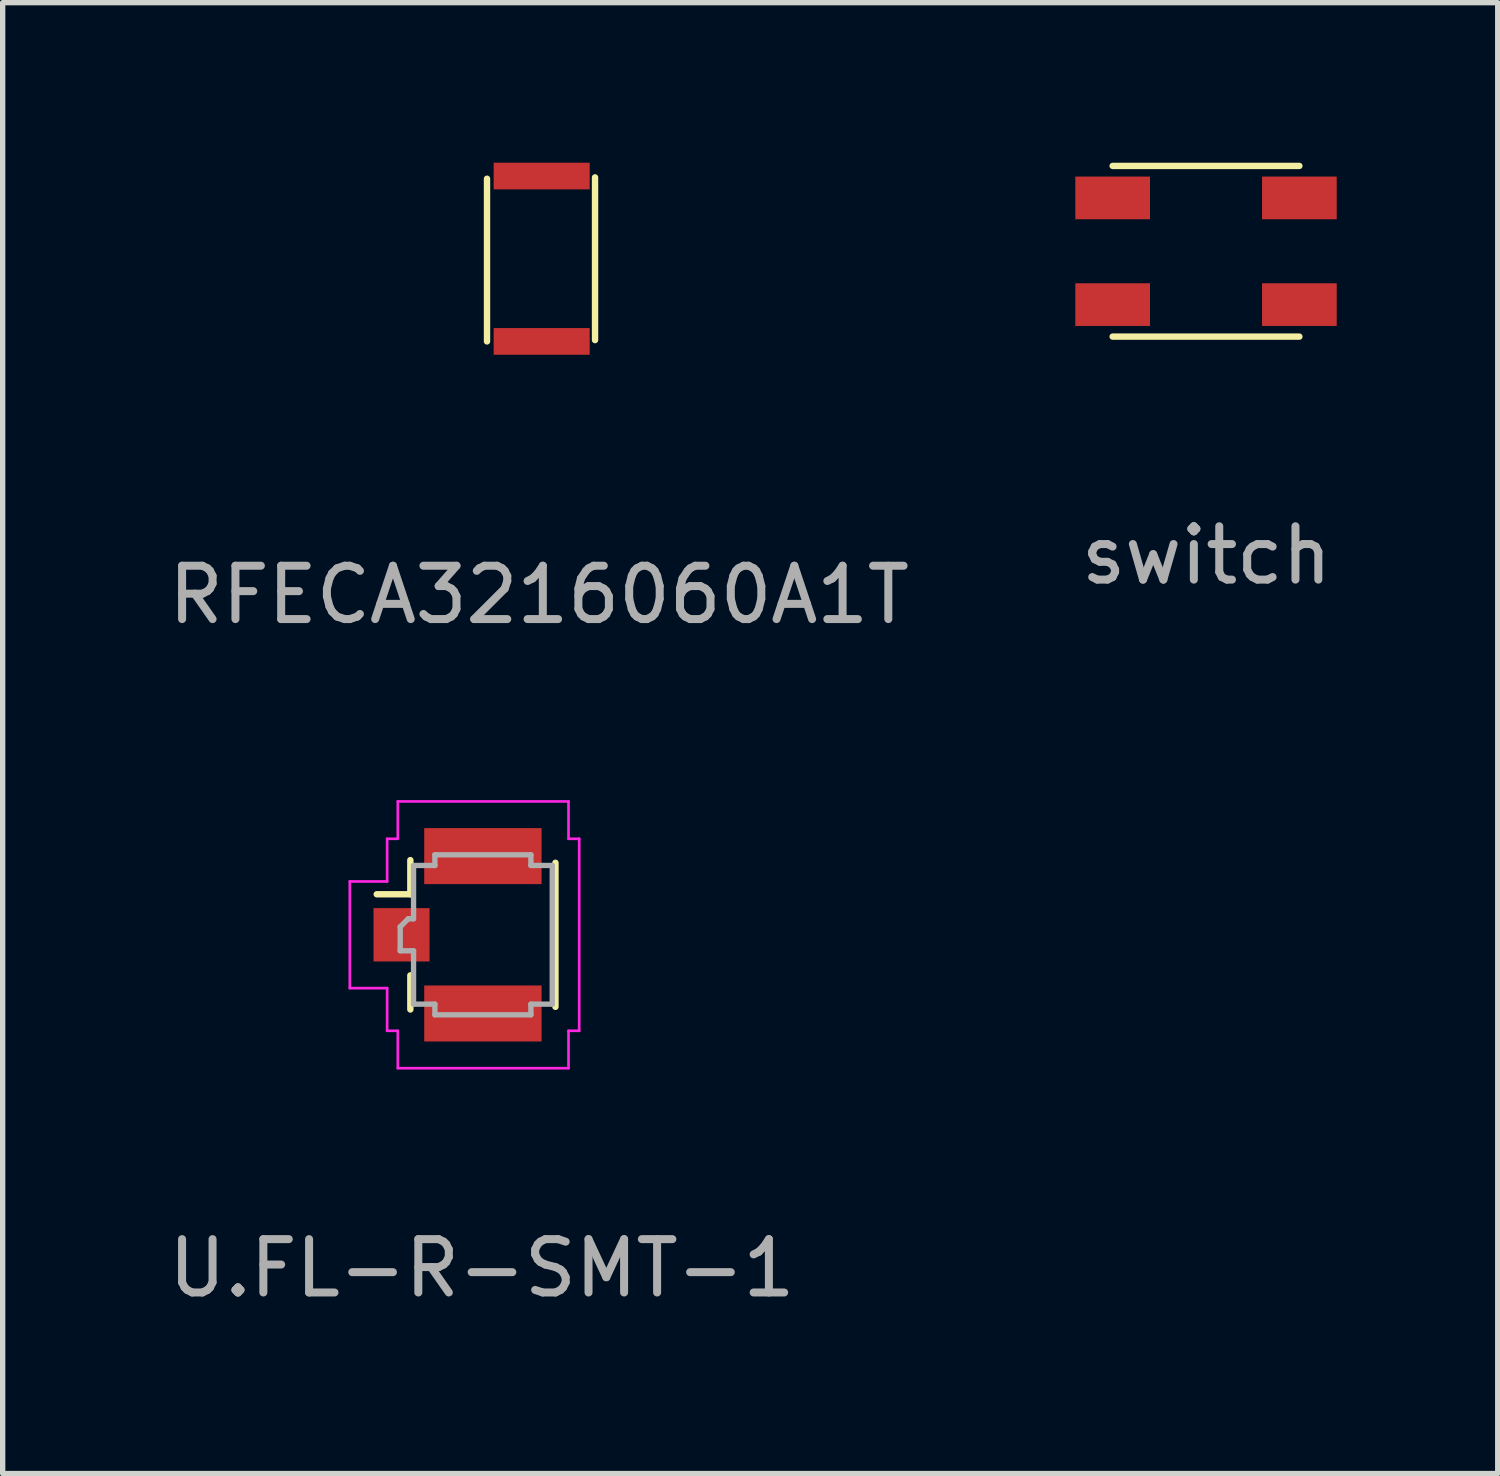
<source format=kicad_pcb>
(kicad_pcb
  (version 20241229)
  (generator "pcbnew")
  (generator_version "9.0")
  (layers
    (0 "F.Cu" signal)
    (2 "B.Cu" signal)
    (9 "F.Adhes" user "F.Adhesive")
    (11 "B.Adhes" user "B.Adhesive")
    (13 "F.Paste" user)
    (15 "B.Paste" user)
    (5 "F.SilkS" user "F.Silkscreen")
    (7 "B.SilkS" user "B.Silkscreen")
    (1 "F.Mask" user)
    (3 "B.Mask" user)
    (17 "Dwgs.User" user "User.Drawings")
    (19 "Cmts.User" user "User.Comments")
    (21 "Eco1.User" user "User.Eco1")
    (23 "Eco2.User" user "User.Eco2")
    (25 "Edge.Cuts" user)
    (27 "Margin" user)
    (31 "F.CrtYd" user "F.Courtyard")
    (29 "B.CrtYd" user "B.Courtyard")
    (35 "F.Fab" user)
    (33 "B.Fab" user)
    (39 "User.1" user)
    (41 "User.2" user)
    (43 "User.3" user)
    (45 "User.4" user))
  (footprint "RFECA3216060A1T"
    (layer "F.Cu")
    (at 7.104 1.8)
    (property "Reference" "RFECA3216060A1T" (at -0.05 3.3 0) (unlocked yes) (layer "User.1") (effects (font (size 1 1) (thickness 0.15))))
    (fp_line (start -1.025 -1.5) (end -1.025 1.55) (stroke (width 0.12) (type solid)) (layer "F.SilkS"))
    (fp_line (start 1 -1.525) (end 1 1.525) (stroke (width 0.12) (type solid)) (layer "F.SilkS"))
    (fp_text user "${REFERENCE}" (at -0.05 6.3 0) (unlocked yes) (layer "F.Fab") (effects (font (size 1 1) (thickness 0.15))))
    (pad "1" smd rect (at 0 1.55) (size 1.8 0.5) (layers "F.Cu" "F.Mask" "F.Paste"))
    (pad "2" smd rect (at 0 -1.55) (size 1.8 0.5) (layers "F.Cu" "F.Mask" "F.Paste")))
  (footprint "U.FL-R-SMT-1"
    (layer "F.Cu")
    (at 6.007 14.648)
    (property "Reference" "U.FL-R-SMT-1" (at 0 3.35 0) (unlocked yes) (layer "User.1") (effects (font (size 1 1) (thickness 0.15))))
    (fp_line (start -1.365 -1.575) (end -1.365 -0.935) (stroke (width 0.12) (type solid)) (layer "F.SilkS"))
    (fp_line (start -1.365 -0.935) (end -1.995 -0.935) (stroke (width 0.12) (type solid)) (layer "F.SilkS"))
    (fp_line (start -1.365 1.225) (end -1.365 0.585) (stroke (width 0.12) (type solid)) (layer "F.SilkS"))
    (fp_line (start 1.355 -1.525) (end 1.355 1.175) (stroke (width 0.12) (type solid)) (layer "F.SilkS"))
    (fp_line (start -2.5 0.825) (end -2.5 -1.175) (stroke (width 0.05) (type solid)) (layer "F.CrtYd"))
    (fp_line (start -1.8 -1.975) (end -1.6 -1.975) (stroke (width 0.05) (type solid)) (layer "F.CrtYd"))
    (fp_line (start -1.8 -1.175) (end -2.5 -1.175) (stroke (width 0.05) (type solid)) (layer "F.CrtYd"))
    (fp_line (start -1.8 -1.175) (end -1.8 -1.975) (stroke (width 0.05) (type solid)) (layer "F.CrtYd"))
    (fp_line (start -1.8 0.825) (end -2.5 0.825) (stroke (width 0.05) (type solid)) (layer "F.CrtYd"))
    (fp_line (start -1.8 1.625) (end -1.8 0.825) (stroke (width 0.05) (type solid)) (layer "F.CrtYd"))
    (fp_line (start -1.8 1.625) (end -1.6 1.625) (stroke (width 0.05) (type solid)) (layer "F.CrtYd"))
    (fp_line (start -1.6 -1.975) (end -1.6 -2.675) (stroke (width 0.05) (type solid)) (layer "F.CrtYd"))
    (fp_line (start -1.6 2.325) (end -1.6 1.625) (stroke (width 0.05) (type solid)) (layer "F.CrtYd"))
    (fp_line (start 1.6 -2.675) (end -1.6 -2.675) (stroke (width 0.05) (type solid)) (layer "F.CrtYd"))
    (fp_line (start 1.6 -1.975) (end 1.6 -2.675) (stroke (width 0.05) (type solid)) (layer "F.CrtYd"))
    (fp_line (start 1.6 -1.975) (end 1.8 -1.975) (stroke (width 0.05) (type solid)) (layer "F.CrtYd"))
    (fp_line (start 1.6 1.625) (end 1.8 1.625) (stroke (width 0.05) (type solid)) (layer "F.CrtYd"))
    (fp_line (start 1.6 2.325) (end -1.6 2.325) (stroke (width 0.05) (type solid)) (layer "F.CrtYd"))
    (fp_line (start 1.6 2.325) (end 1.6 1.625) (stroke (width 0.05) (type solid)) (layer "F.CrtYd"))
    (fp_line (start 1.8 1.625) (end 1.8 -1.975) (stroke (width 0.05) (type solid)) (layer "F.CrtYd"))
    (fp_line (start -1.555 0.125) (end -1.555 -0.325) (stroke (width 0.1) (type solid)) (layer "F.Fab"))
    (fp_line (start -1.555 0.125) (end -1.305 0.125) (stroke (width 0.1) (type solid)) (layer "F.Fab"))
    (fp_line (start -1.405 -0.475) (end -1.555 -0.325) (stroke (width 0.1) (type solid)) (layer "F.Fab"))
    (fp_line (start -1.405 -0.475) (end -1.305 -0.475) (stroke (width 0.1) (type solid)) (layer "F.Fab"))
    (fp_line (start -1.305 -0.475) (end -1.305 -1.475) (stroke (width 0.1) (type solid)) (layer "F.Fab"))
    (fp_line (start -1.305 0.125) (end -1.305 1.125) (stroke (width 0.1) (type solid)) (layer "F.Fab"))
    (fp_line (start -0.905 -1.675) (end -0.905 -1.475) (stroke (width 0.1) (type solid)) (layer "F.Fab"))
    (fp_line (start -0.905 -1.675) (end 0.895 -1.675) (stroke (width 0.1) (type solid)) (layer "F.Fab"))
    (fp_line (start -0.905 -1.475) (end -1.305 -1.475) (stroke (width 0.1) (type solid)) (layer "F.Fab"))
    (fp_line (start -0.905 1.125) (end -1.305 1.125) (stroke (width 0.1) (type solid)) (layer "F.Fab"))
    (fp_line (start -0.905 1.325) (end -0.905 1.125) (stroke (width 0.1) (type solid)) (layer "F.Fab"))
    (fp_line (start -0.905 1.325) (end 0.895 1.325) (stroke (width 0.1) (type solid)) (layer "F.Fab"))
    (fp_line (start 0.895 -1.675) (end 0.895 -1.475) (stroke (width 0.1) (type solid)) (layer "F.Fab"))
    (fp_line (start 0.895 1.325) (end 0.895 1.125) (stroke (width 0.1) (type solid)) (layer "F.Fab"))
    (fp_line (start 1.295 -1.475) (end 0.895 -1.475) (stroke (width 0.1) (type solid)) (layer "F.Fab"))
    (fp_line (start 1.295 -1.475) (end 1.295 1.125) (stroke (width 0.1) (type solid)) (layer "F.Fab"))
    (fp_line (start 1.295 1.125) (end 0.895 1.125) (stroke (width 0.1) (type solid)) (layer "F.Fab"))
    (fp_text user "${REFERENCE}" (at -0.025 6.075 0) (unlocked yes) (layer "F.Fab") (effects (font (size 1 1) (thickness 0.15))))
    (pad "1" smd rect (at -1.53 -0.175) (size 1.05 1) (layers "F.Cu" "F.Mask" "F.Paste"))
    (pad "2" smd rect (at -0.005 1.3) (size 2.2 1.05) (layers "F.Cu" "F.Mask" "F.Paste"))
    (pad "3" smd rect (at -0.005 -1.65) (size 2.2 1.05) (layers "F.Cu" "F.Mask" "F.Paste")))
  (footprint "switch"
    (layer "F.Cu")
    (at 19.557 1.66)
    (property "Reference" "switch" (at 0.01 2.7 0) (unlocked yes) (layer "User.1") (effects (font (size 1 1) (thickness 0.15))))
    (fp_line (start -1.75 -1.6) (end 1.75 -1.6) (stroke (width 0.12) (type solid)) (layer "F.SilkS"))
    (fp_line (start -1.75 1.6) (end 1.75 1.6) (stroke (width 0.12) (type solid)) (layer "F.SilkS"))
    (fp_text user "${REFERENCE}" (at 0.01 5.7 0) (unlocked yes) (layer "F.Fab") (effects (font (size 1 1) (thickness 0.15))))
    (pad "1" smd rect (at -1.75 -1) (size 1.4 0.8) (layers "F.Cu" "F.Mask" "F.Paste"))
    (pad "2" smd rect (at -1.75 1) (size 1.4 0.8) (layers "F.Cu" "F.Mask" "F.Paste"))
    (pad "3" smd rect (at 1.75 -1) (size 1.4 0.8) (layers "F.Cu" "F.Mask" "F.Paste"))
    (pad "4" smd rect (at 1.75 1) (size 1.4 0.8) (layers "F.Cu" "F.Mask" "F.Paste")))
  (gr_rect
    (start -3 -3)
    (end 25.025 24.572)
    (stroke (width 0.1) (type default))
    (fill no)
    (layer "Edge.Cuts")))
</source>
